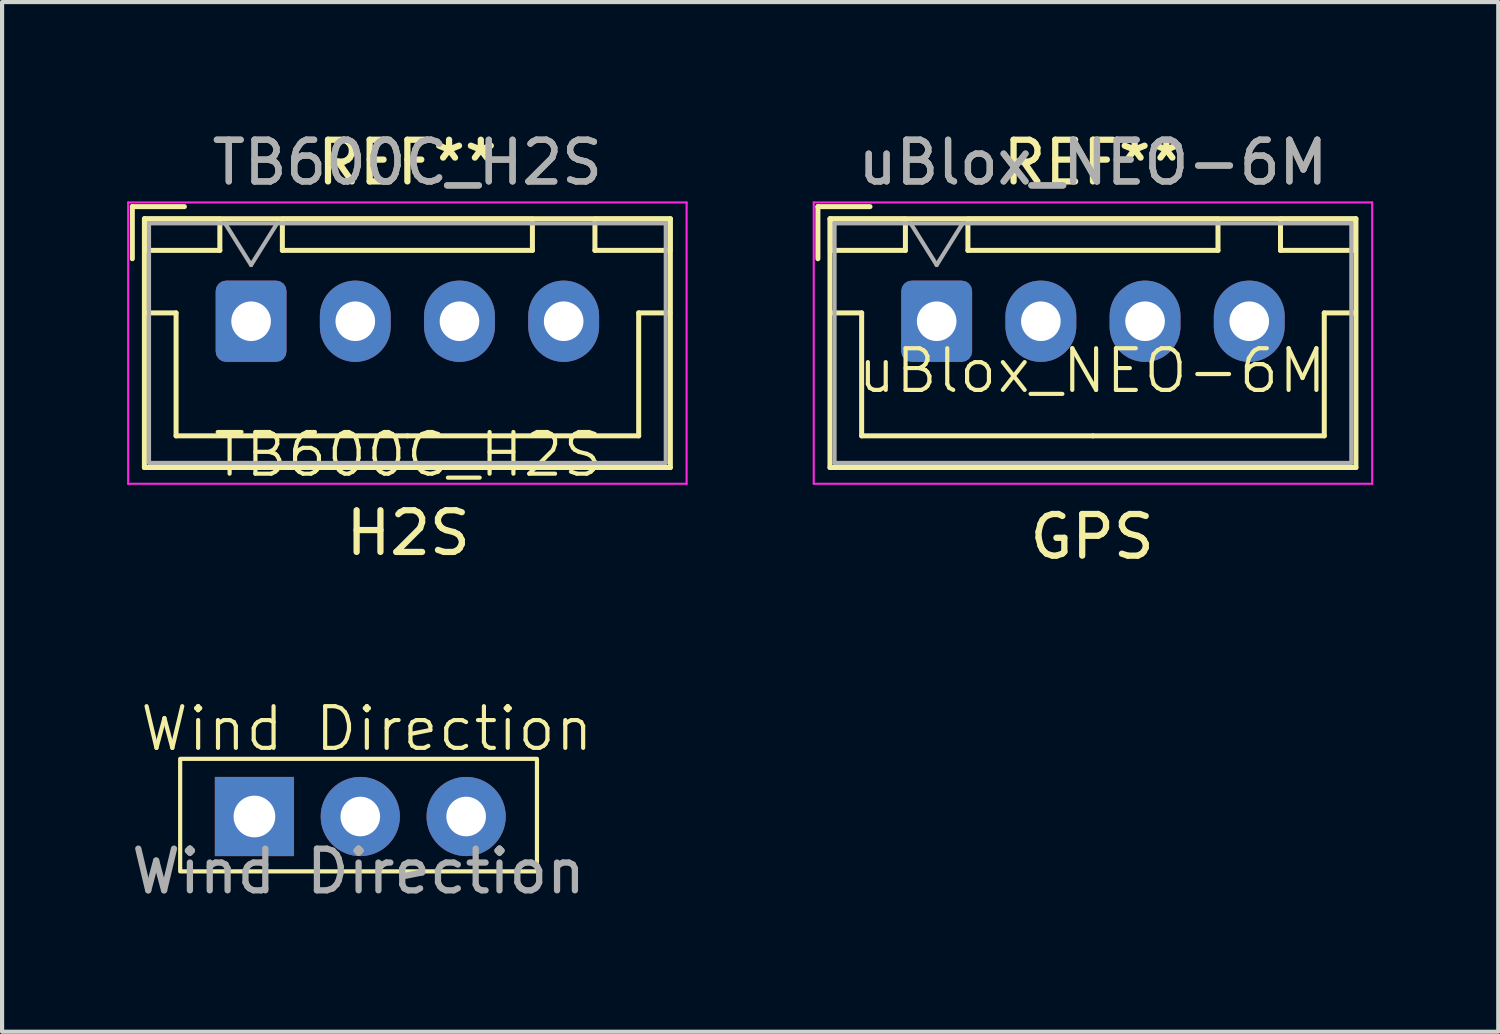
<source format=kicad_pcb>
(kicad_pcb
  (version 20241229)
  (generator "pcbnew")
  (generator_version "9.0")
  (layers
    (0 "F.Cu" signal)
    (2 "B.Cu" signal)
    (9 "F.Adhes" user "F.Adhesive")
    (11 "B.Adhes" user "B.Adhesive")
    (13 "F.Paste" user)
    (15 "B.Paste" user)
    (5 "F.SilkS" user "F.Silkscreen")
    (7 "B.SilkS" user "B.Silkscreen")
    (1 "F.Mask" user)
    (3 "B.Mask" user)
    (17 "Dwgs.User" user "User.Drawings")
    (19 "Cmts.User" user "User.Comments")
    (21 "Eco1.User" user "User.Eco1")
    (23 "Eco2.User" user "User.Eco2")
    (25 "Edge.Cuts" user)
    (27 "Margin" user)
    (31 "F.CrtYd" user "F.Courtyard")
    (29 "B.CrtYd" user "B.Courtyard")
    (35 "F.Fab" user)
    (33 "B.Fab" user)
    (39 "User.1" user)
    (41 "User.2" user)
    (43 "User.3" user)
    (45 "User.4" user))
  (footprint "Wind Direction"
    (layer "F.Cu")
    (at 6.852 16.587)
    (property "Reference" "Wind Direction" (at -1.1 -2.15 0) (unlocked yes) (layer "F.SilkS") (effects (font (size 1 1) (thickness 0.1))))
    (attr smd)
    (fp_rect (start -5.579 -1.429) (end 2.982 1.271) (stroke (width 0.1) (type default)) (fill no) (layer "F.SilkS"))
    (fp_text user "${REFERENCE}" (at -1.298 1.271 0) (unlocked yes) (layer "F.Fab") (effects (font (size 1 1) (thickness 0.15))))
    (pad "1" thru_hole rect (at -3.797 -0.045) (size 1.9 1.9) (drill 1) (layers "*.Cu" "*.Mask"))
    (pad "2" thru_hole circle (at -1.257 -0.045) (size 1.9 1.9) (drill 0.95) (layers "*.Cu" "*.Mask"))
    (pad "3" thru_hole circle (at 1.283 -0.045) (size 1.9 1.9) (drill 0.95) (layers "*.Cu" "*.Mask"))
    (zone (net_name "") (layer "F.CrtYd") (hatch edge 0.5) (connect_pads) (min_thickness 0.25) (filled_areas_thickness no) (keepout (tracks not_allowed) (vias not_allowed) (pads not_allowed) (copperpour allowed) (footprints not_allowed)) (placement (enabled no)) (fill) (polygon (pts (xy 0.448 14.408) (xy 10.769 14.409) (xy 10.719 18.534) (xy 0.398 18.533)))))
  (footprint "TB600C_H2S"
    (layer "F.Cu")
    (at 6.745 4.658)
    (property "Reference" "TB600C_H2S" (at 0 3.2 0) (unlocked yes) (layer "F.SilkS") (effects (font (size 1 1) (thickness 0.1))))
    (attr smd)
    (fp_line (start -6.62 -2.75) (end -6.62 -1.5) (stroke (width 0.12) (type solid)) (layer "F.SilkS"))
    (fp_line (start -6.33 -2.46) (end -6.33 3.51) (stroke (width 0.12) (type solid)) (layer "F.SilkS"))
    (fp_line (start -6.33 3.51) (end 6.29 3.51) (stroke (width 0.12) (type solid)) (layer "F.SilkS"))
    (fp_line (start -6.32 -2.45) (end -6.32 -1.7) (stroke (width 0.12) (type solid)) (layer "F.SilkS"))
    (fp_line (start -6.32 -1.7) (end -4.52 -1.7) (stroke (width 0.12) (type solid)) (layer "F.SilkS"))
    (fp_line (start -6.32 -0.2) (end -5.57 -0.2) (stroke (width 0.12) (type solid)) (layer "F.SilkS"))
    (fp_line (start -5.57 -0.2) (end -5.57 2.75) (stroke (width 0.12) (type solid)) (layer "F.SilkS"))
    (fp_line (start -5.57 2.75) (end -0.02 2.75) (stroke (width 0.12) (type solid)) (layer "F.SilkS"))
    (fp_line (start -5.37 -2.75) (end -6.62 -2.75) (stroke (width 0.12) (type solid)) (layer "F.SilkS"))
    (fp_line (start -4.52 -2.45) (end -6.32 -2.45) (stroke (width 0.12) (type solid)) (layer "F.SilkS"))
    (fp_line (start -4.52 -1.7) (end -4.52 -2.45) (stroke (width 0.12) (type solid)) (layer "F.SilkS"))
    (fp_line (start -3.02 -2.45) (end -3.02 -1.7) (stroke (width 0.12) (type solid)) (layer "F.SilkS"))
    (fp_line (start -3.02 -1.7) (end 2.98 -1.7) (stroke (width 0.12) (type solid)) (layer "F.SilkS"))
    (fp_line (start 2.98 -2.45) (end -3.02 -2.45) (stroke (width 0.12) (type solid)) (layer "F.SilkS"))
    (fp_line (start 2.98 -1.7) (end 2.98 -2.45) (stroke (width 0.12) (type solid)) (layer "F.SilkS"))
    (fp_line (start 4.48 -2.45) (end 4.48 -1.7) (stroke (width 0.12) (type solid)) (layer "F.SilkS"))
    (fp_line (start 4.48 -1.7) (end 6.28 -1.7) (stroke (width 0.12) (type solid)) (layer "F.SilkS"))
    (fp_line (start 5.53 -0.2) (end 5.53 2.75) (stroke (width 0.12) (type solid)) (layer "F.SilkS"))
    (fp_line (start 5.53 2.75) (end -0.02 2.75) (stroke (width 0.12) (type solid)) (layer "F.SilkS"))
    (fp_line (start 6.28 -2.45) (end 4.48 -2.45) (stroke (width 0.12) (type solid)) (layer "F.SilkS"))
    (fp_line (start 6.28 -1.7) (end 6.28 -2.45) (stroke (width 0.12) (type solid)) (layer "F.SilkS"))
    (fp_line (start 6.28 -0.2) (end 5.53 -0.2) (stroke (width 0.12) (type solid)) (layer "F.SilkS"))
    (fp_line (start 6.29 -2.46) (end -6.33 -2.46) (stroke (width 0.12) (type solid)) (layer "F.SilkS"))
    (fp_line (start 6.29 3.51) (end 6.29 -2.46) (stroke (width 0.12) (type solid)) (layer "F.SilkS"))
    (fp_line (start -6.72 -2.85) (end -6.72 3.9) (stroke (width 0.05) (type solid)) (layer "F.CrtYd"))
    (fp_line (start 6.68 -2.85) (end -6.72 -2.85) (stroke (width 0.05) (type solid)) (layer "F.CrtYd"))
    (fp_line (start 6.68 3.9) (end -6.72 3.9) (stroke (width 0.05) (type default)) (layer "F.CrtYd"))
    (fp_line (start 6.68 3.9) (end 6.68 -2.85) (stroke (width 0.05) (type solid)) (layer "F.CrtYd"))
    (fp_line (start -6.22 -2.35) (end -6.22 3.4) (stroke (width 0.1) (type solid)) (layer "F.Fab"))
    (fp_line (start -6.22 3.4) (end 6.18 3.4) (stroke (width 0.1) (type solid)) (layer "F.Fab"))
    (fp_line (start -4.395 -2.35) (end -3.77 -1.35) (stroke (width 0.1) (type solid)) (layer "F.Fab"))
    (fp_line (start -3.77 -1.35) (end -3.145 -2.35) (stroke (width 0.1) (type solid)) (layer "F.Fab"))
    (fp_line (start 6.18 -2.35) (end -6.22 -2.35) (stroke (width 0.1) (type solid)) (layer "F.Fab"))
    (fp_line (start 6.18 3.4) (end 6.18 -2.35) (stroke (width 0.1) (type solid)) (layer "F.Fab"))
    (fp_text user "H2S" (at 0 5.08 0) (unlocked yes) (layer "F.SilkS") (effects (font (size 1 1) (thickness 0.15))))
    (fp_text user "REF**" (at -0.02 -3.81 0) (unlocked yes) (layer "F.SilkS") (effects (font (size 1 1) (thickness 0.15))))
    (fp_text user "${REFERENCE}" (at -0.02 -3.81 0) (unlocked yes) (layer "F.Fab") (effects (font (size 1 1) (thickness 0.15))))
    (fp_text user "TB600C_H2S" (at -0.02 -3.81 0) (unlocked yes) (layer "F.Fab") (effects (font (size 1 1) (thickness 0.15))))
    (pad "1" thru_hole roundrect (at -3.77 0) (size 1.7 1.95) (drill 0.95) (layers "*.Cu" "*.Mask") (roundrect_rratio 0.147))
    (pad "2" thru_hole oval (at -1.27 0) (size 1.7 1.95) (drill 0.95) (layers "*.Cu" "*.Mask"))
    (pad "3" thru_hole oval (at 1.23 0) (size 1.7 1.95) (drill 0.95) (layers "*.Cu" "*.Mask"))
    (pad "4" thru_hole oval (at 3.73 0) (size 1.7 1.95) (drill 0.95) (layers "*.Cu" "*.Mask")))
  (footprint "uBlox_NEO-6M"
    (layer "F.Cu")
    (at 23.155 4.748)
    (property "Reference" "uBlox_NEO-6M" (at 0 1.1 0) (unlocked yes) (layer "F.SilkS") (effects (font (size 1 1) (thickness 0.1))))
    (attr smd)
    (fp_line (start -6.58 -2.84) (end -6.58 -1.59) (stroke (width 0.12) (type solid)) (layer "F.SilkS"))
    (fp_line (start -6.29 -2.55) (end -6.29 3.42) (stroke (width 0.12) (type solid)) (layer "F.SilkS"))
    (fp_line (start -6.29 3.42) (end 6.33 3.42) (stroke (width 0.12) (type solid)) (layer "F.SilkS"))
    (fp_line (start -6.28 -2.54) (end -6.28 -1.79) (stroke (width 0.12) (type solid)) (layer "F.SilkS"))
    (fp_line (start -6.28 -1.79) (end -4.48 -1.79) (stroke (width 0.12) (type solid)) (layer "F.SilkS"))
    (fp_line (start -6.28 -0.29) (end -5.53 -0.29) (stroke (width 0.12) (type solid)) (layer "F.SilkS"))
    (fp_line (start -5.53 -0.29) (end -5.53 2.66) (stroke (width 0.12) (type solid)) (layer "F.SilkS"))
    (fp_line (start -5.53 2.66) (end 0.02 2.66) (stroke (width 0.12) (type solid)) (layer "F.SilkS"))
    (fp_line (start -5.33 -2.84) (end -6.58 -2.84) (stroke (width 0.12) (type solid)) (layer "F.SilkS"))
    (fp_line (start -4.48 -2.54) (end -6.28 -2.54) (stroke (width 0.12) (type solid)) (layer "F.SilkS"))
    (fp_line (start -4.48 -1.79) (end -4.48 -2.54) (stroke (width 0.12) (type solid)) (layer "F.SilkS"))
    (fp_line (start -2.98 -2.54) (end -2.98 -1.79) (stroke (width 0.12) (type solid)) (layer "F.SilkS"))
    (fp_line (start -2.98 -1.79) (end 3.02 -1.79) (stroke (width 0.12) (type solid)) (layer "F.SilkS"))
    (fp_line (start 3.02 -2.54) (end -2.98 -2.54) (stroke (width 0.12) (type solid)) (layer "F.SilkS"))
    (fp_line (start 3.02 -1.79) (end 3.02 -2.54) (stroke (width 0.12) (type solid)) (layer "F.SilkS"))
    (fp_line (start 4.52 -2.54) (end 4.52 -1.79) (stroke (width 0.12) (type solid)) (layer "F.SilkS"))
    (fp_line (start 4.52 -1.79) (end 6.32 -1.79) (stroke (width 0.12) (type solid)) (layer "F.SilkS"))
    (fp_line (start 5.57 -0.29) (end 5.57 2.66) (stroke (width 0.12) (type solid)) (layer "F.SilkS"))
    (fp_line (start 5.57 2.66) (end 0.02 2.66) (stroke (width 0.12) (type solid)) (layer "F.SilkS"))
    (fp_line (start 6.32 -2.54) (end 4.52 -2.54) (stroke (width 0.12) (type solid)) (layer "F.SilkS"))
    (fp_line (start 6.32 -1.79) (end 6.32 -2.54) (stroke (width 0.12) (type solid)) (layer "F.SilkS"))
    (fp_line (start 6.32 -0.29) (end 5.57 -0.29) (stroke (width 0.12) (type solid)) (layer "F.SilkS"))
    (fp_line (start 6.33 -2.55) (end -6.29 -2.55) (stroke (width 0.12) (type solid)) (layer "F.SilkS"))
    (fp_line (start 6.33 3.42) (end 6.33 -2.55) (stroke (width 0.12) (type solid)) (layer "F.SilkS"))
    (fp_line (start -6.68 -2.94) (end -6.68 3.81) (stroke (width 0.05) (type solid)) (layer "F.CrtYd"))
    (fp_line (start -6.68 3.81) (end 6.72 3.81) (stroke (width 0.05) (type solid)) (layer "F.CrtYd"))
    (fp_line (start 6.72 -2.94) (end -6.68 -2.94) (stroke (width 0.05) (type solid)) (layer "F.CrtYd"))
    (fp_line (start 6.72 3.81) (end 6.72 -2.94) (stroke (width 0.05) (type solid)) (layer "F.CrtYd"))
    (fp_line (start -6.18 -2.44) (end -6.18 3.31) (stroke (width 0.1) (type solid)) (layer "F.Fab"))
    (fp_line (start -6.18 3.31) (end 6.22 3.31) (stroke (width 0.1) (type solid)) (layer "F.Fab"))
    (fp_line (start -4.355 -2.44) (end -3.73 -1.44) (stroke (width 0.1) (type solid)) (layer "F.Fab"))
    (fp_line (start -3.73 -1.44) (end -3.105 -2.44) (stroke (width 0.1) (type solid)) (layer "F.Fab"))
    (fp_line (start 6.22 -2.44) (end -6.18 -2.44) (stroke (width 0.1) (type solid)) (layer "F.Fab"))
    (fp_line (start 6.22 3.31) (end 6.22 -2.44) (stroke (width 0.1) (type solid)) (layer "F.Fab"))
    (fp_text user "GPS" (at 0 5.08 0) (unlocked yes) (layer "F.SilkS") (effects (font (size 1 1) (thickness 0.15))))
    (fp_text user "REF**" (at 0.02 -3.9 0) (unlocked yes) (layer "F.SilkS") (effects (font (size 1 1) (thickness 0.15))))
    (fp_text user "uBlox_NEO-6M" (at 0.02 -3.9 0) (unlocked yes) (layer "F.Fab") (effects (font (size 1 1) (thickness 0.15))))
    (fp_text user "${REFERENCE}" (at 0.02 -3.9 0) (unlocked yes) (layer "F.Fab") (effects (font (size 1 1) (thickness 0.15))))
    (pad "1" thru_hole roundrect (at -3.73 -0.09) (size 1.7 1.95) (drill 0.95) (layers "*.Cu" "*.Mask") (roundrect_rratio 0.147))
    (pad "2" thru_hole oval (at -1.23 -0.09) (size 1.7 1.95) (drill 0.95) (layers "*.Cu" "*.Mask"))
    (pad "3" thru_hole oval (at 1.27 -0.09) (size 1.7 1.95) (drill 0.95) (layers "*.Cu" "*.Mask"))
    (pad "4" thru_hole oval (at 3.77 -0.09) (size 1.7 1.95) (drill 0.95) (layers "*.Cu" "*.Mask")))
  (gr_rect
    (start -3 -3)
    (end 32.9 21.706)
    (stroke (width 0.1) (type default))
    (fill no)
    (layer "Edge.Cuts")))
</source>
